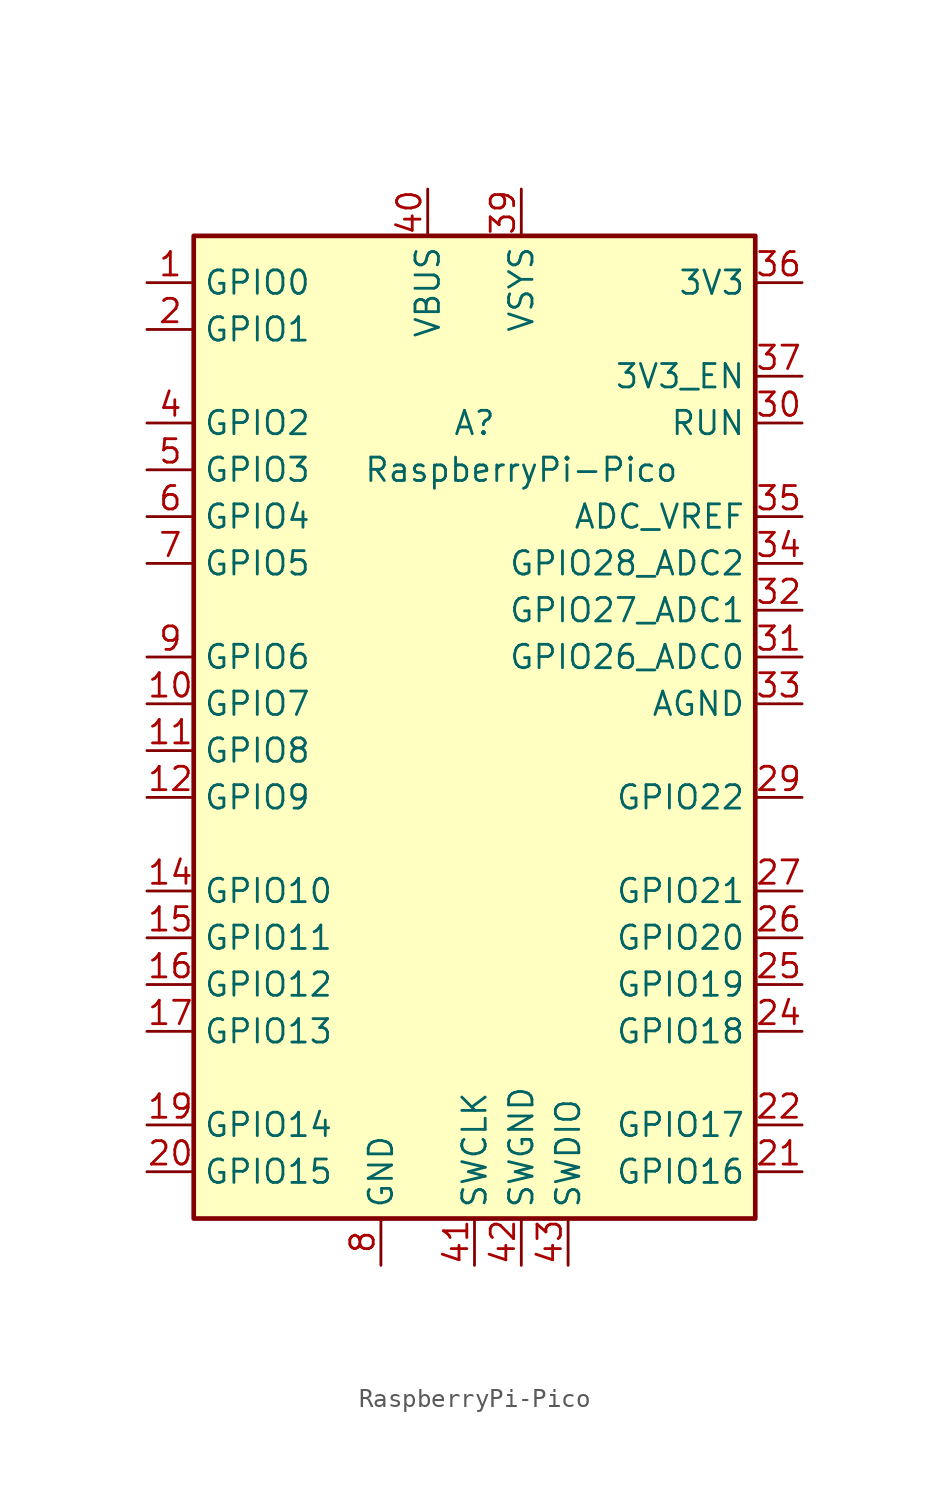
<source format=kicad_sym>
(kicad_symbol_lib
  (version 20211014)
  (generator kicad_symbol_editor)
  (symbol "RaspberryPi-Pico"
    (property "Reference" "A"
      (at 0 17.78 0)
      (effects (font (size 1.27 1.27))))
    (property "Value" "RaspberryPi-Pico"
      (at 2.54 15.24 0)
      (effects (font (size 1.27 1.27))))
    (symbol "RaspberryPi-Pico_0_1"
      (rectangle (start -15.24 27.94) (end 15.24 -25.4) (stroke (width 0.254) (type default) (color 0 0 0 0)) (fill (type background))))
    (symbol "RaspberryPi-Pico_1_1"
      (pin bidirectional line (at -17.78 25.4 0) (length 2.54) (name "GPIO0" (effects (font (size 1.27 1.27)))) (number "1" (effects (font (size 1.27 1.27)))) (alternate "I2C0_SDA" bidirectional line) (alternate "PWM0_A" output line) (alternate "SPI0_RX" input line) (alternate "UART0_TX" output line) (alternate "USB_OVCUR_DET" input line))
      (pin bidirectional line (at -17.78 2.54 0) (length 2.54) (name "GPIO7" (effects (font (size 1.27 1.27)))) (number "10" (effects (font (size 1.27 1.27)))) (alternate "I2C1_SCL" bidirectional line) (alternate "PWM3_B" bidirectional line) (alternate "SPI0_TX" output line) (alternate "USB_VBUS_DET" input line) (alternate "~{UART1_RTS}" output line))
      (pin bidirectional line (at -17.78 0 0) (length 2.54) (name "GPIO8" (effects (font (size 1.27 1.27)))) (number "11" (effects (font (size 1.27 1.27)))) (alternate "I2C0_SDA" bidirectional line) (alternate "PWM4_A" output line) (alternate "SPI1_RX" input line) (alternate "UART1_TX" output line) (alternate "USB_VBUS_EN" output line))
      (pin bidirectional line (at -17.78 -2.54 0) (length 2.54) (name "GPIO9" (effects (font (size 1.27 1.27)))) (number "12" (effects (font (size 1.27 1.27)))) (alternate "I2C0_SCL" bidirectional line) (alternate "PWM4_B" bidirectional line) (alternate "UART1_RX" input line) (alternate "USB_OVCUR_DET" input line) (alternate "~{SPI1_CS}" output line))
      (pin passive line (at -5.08 -27.94 90) (length 2.54) hide (name "GND" (effects (font (size 1.27 1.27)))) (number "13" (effects (font (size 1.27 1.27)))))
      (pin bidirectional line (at -17.78 -7.62 0) (length 2.54) (name "GPIO10" (effects (font (size 1.27 1.27)))) (number "14" (effects (font (size 1.27 1.27)))) (alternate "I2C1_SDA" bidirectional line) (alternate "PWM5_A" output line) (alternate "SPI1_SCK" bidirectional line) (alternate "USB_VBUS_DET" input line) (alternate "~{UART1_CTS}" input line))
      (pin bidirectional line (at -17.78 -10.16 0) (length 2.54) (name "GPIO11" (effects (font (size 1.27 1.27)))) (number "15" (effects (font (size 1.27 1.27)))) (alternate "I2C1_SCL" bidirectional line) (alternate "PWM5_B" bidirectional line) (alternate "SPI1_TX" output line) (alternate "USB_VBUS_EN" output line) (alternate "~{UART1_RTS}" output line))
      (pin bidirectional line (at -17.78 -12.7 0) (length 2.54) (name "GPIO12" (effects (font (size 1.27 1.27)))) (number "16" (effects (font (size 1.27 1.27)))) (alternate "I2C0_SDA" bidirectional line) (alternate "PWM6_A" output line) (alternate "SPI1_RX" input line) (alternate "UART0_TX" output line) (alternate "USB_OVCUR_DET" input line))
      (pin bidirectional line (at -17.78 -15.24 0) (length 2.54) (name "GPIO13" (effects (font (size 1.27 1.27)))) (number "17" (effects (font (size 1.27 1.27)))) (alternate "I2C0_SCL" bidirectional line) (alternate "PWM6_B" bidirectional line) (alternate "UART0_RX" input line) (alternate "USB_VBUS_DET" input line) (alternate "~{SPI1_CS}" output line))
      (pin passive line (at -5.08 -27.94 90) (length 2.54) hide (name "GND" (effects (font (size 1.27 1.27)))) (number "18" (effects (font (size 1.27 1.27)))))
      (pin bidirectional line (at -17.78 -20.32 0) (length 2.54) (name "GPIO14" (effects (font (size 1.27 1.27)))) (number "19" (effects (font (size 1.27 1.27)))) (alternate "I2C1_SDA" bidirectional line) (alternate "PWM7_A" output line) (alternate "SPI1_SCK" bidirectional line) (alternate "USB_VBUS_EN" output line) (alternate "~{UART0_CTS}" input line))
      (pin bidirectional line (at -17.78 22.86 0) (length 2.54) (name "GPIO1" (effects (font (size 1.27 1.27)))) (number "2" (effects (font (size 1.27 1.27)))) (alternate "I2C0_SCL" bidirectional line) (alternate "PWM0_B" bidirectional line) (alternate "UART0_RX" input line) (alternate "USB_VBUS_DET" input line) (alternate "~{SPI0_CS}" output line))
      (pin bidirectional line (at -17.78 -22.86 0) (length 2.54) (name "GPIO15" (effects (font (size 1.27 1.27)))) (number "20" (effects (font (size 1.27 1.27)))) (alternate "I2C1_SCL" bidirectional line) (alternate "PWM7_B" bidirectional line) (alternate "SPI1_TX" output line) (alternate "USB_OVCUR_DET" input line) (alternate "~{UART0_RTS}" output line))
      (pin bidirectional line (at 17.78 -22.86 180) (length 2.54) (name "GPIO16" (effects (font (size 1.27 1.27)))) (number "21" (effects (font (size 1.27 1.27)))) (alternate "I2C0_SDA" bidirectional line) (alternate "PWM0_A" output line) (alternate "SPI0_RX" input line) (alternate "UART0_TX" output line) (alternate "USB_VBUS_DET" input line))
      (pin bidirectional line (at 17.78 -20.32 180) (length 2.54) (name "GPIO17" (effects (font (size 1.27 1.27)))) (number "22" (effects (font (size 1.27 1.27)))) (alternate "I2C0_SCL" bidirectional line) (alternate "PWM0_B" bidirectional line) (alternate "UART0_RX" input line) (alternate "USB_VBUS_EN" output line) (alternate "~{SPI0_CS}" output line))
      (pin passive line (at -5.08 -27.94 90) (length 2.54) hide (name "GND" (effects (font (size 1.27 1.27)))) (number "23" (effects (font (size 1.27 1.27)))))
      (pin bidirectional line (at 17.78 -15.24 180) (length 2.54) (name "GPIO18" (effects (font (size 1.27 1.27)))) (number "24" (effects (font (size 1.27 1.27)))) (alternate "I2C1_SDA" bidirectional line) (alternate "PWM1_A" output line) (alternate "SPI0_SCK" bidirectional line) (alternate "USB_OVCUR_DET" input line) (alternate "~{UART0_CTS}" input line))
      (pin bidirectional line (at 17.78 -12.7 180) (length 2.54) (name "GPIO19" (effects (font (size 1.27 1.27)))) (number "25" (effects (font (size 1.27 1.27)))) (alternate "I2C1_SCL" bidirectional line) (alternate "PWM1_B" bidirectional line) (alternate "SPI0_TX" output line) (alternate "USB_VBUS_DET" input line) (alternate "~{UART0_RTS}" output line))
      (pin bidirectional line (at 17.78 -10.16 180) (length 2.54) (name "GPIO20" (effects (font (size 1.27 1.27)))) (number "26" (effects (font (size 1.27 1.27)))) (alternate "CLOCK_GPIN0" input line) (alternate "I2C0_SDA" bidirectional line) (alternate "PWM2_A" output line) (alternate "SPI0_RX" input line) (alternate "UART1_TX" output line) (alternate "USB_VBUS_EN" output line))
      (pin bidirectional line (at 17.78 -7.62 180) (length 2.54) (name "GPIO21" (effects (font (size 1.27 1.27)))) (number "27" (effects (font (size 1.27 1.27)))) (alternate "CLOCK_GPOUT0" output line) (alternate "I2C0_SCL" bidirectional line) (alternate "PWM2_B" bidirectional line) (alternate "UART1_RX" input line) (alternate "USB_OVCUR_DET" input line) (alternate "~{SPI0_CS}" output line))
      (pin passive line (at -5.08 -27.94 90) (length 2.54) hide (name "GND" (effects (font (size 1.27 1.27)))) (number "28" (effects (font (size 1.27 1.27)))))
      (pin bidirectional line (at 17.78 -2.54 180) (length 2.54) (name "GPIO22" (effects (font (size 1.27 1.27)))) (number "29" (effects (font (size 1.27 1.27)))) (alternate "CLOCK_GPIN1" input line) (alternate "I2C1_SDA" bidirectional line) (alternate "PWM3_A" output line) (alternate "SPI0_SCK" bidirectional line) (alternate "USB_VBUS_DET" input line) (alternate "~{UART1_CTS}" input line))
      (pin passive line (at -5.08 -27.94 90) (length 2.54) hide (name "GND" (effects (font (size 1.27 1.27)))) (number "3" (effects (font (size 1.27 1.27)))))
      (pin input line (at 17.78 17.78 180) (length 2.54) (name "RUN" (effects (font (size 1.27 1.27)))) (number "30" (effects (font (size 1.27 1.27)))) (alternate "~{RESET}" input line))
      (pin bidirectional line (at 17.78 5.08 180) (length 2.54) (name "GPIO26_ADC0" (effects (font (size 1.27 1.27)))) (number "31" (effects (font (size 1.27 1.27)))) (alternate "ADC0" input line) (alternate "GPIO26" bidirectional line) (alternate "I2C1_SDA" bidirectional line) (alternate "PWM5_A" output line) (alternate "SPI1_SCK" bidirectional line) (alternate "USB_VBUS_EN" output line) (alternate "~{UART1_CTS}" input line))
      (pin bidirectional line (at 17.78 7.62 180) (length 2.54) (name "GPIO27_ADC1" (effects (font (size 1.27 1.27)))) (number "32" (effects (font (size 1.27 1.27)))) (alternate "ADC1" input line) (alternate "GPIO27" bidirectional line) (alternate "I2C1_SCL" bidirectional line) (alternate "PWM5_B" bidirectional line) (alternate "SPI1_TX" output line) (alternate "USB_OVCUR_DET" input line) (alternate "~{UART1_RTS}" output line))
      (pin power_in line (at 17.78 2.54 180) (length 2.54) (name "AGND" (effects (font (size 1.27 1.27)))) (number "33" (effects (font (size 1.27 1.27)))) (alternate "GND" power_in line))
      (pin bidirectional line (at 17.78 10.16 180) (length 2.54) (name "GPIO28_ADC2" (effects (font (size 1.27 1.27)))) (number "34" (effects (font (size 1.27 1.27)))) (alternate "ADC2" input line) (alternate "GPIO28" bidirectional line) (alternate "I2C0_SDA" bidirectional line) (alternate "PWM6_A" output line) (alternate "SPI1_RX" input line) (alternate "UART0_TX" output line) (alternate "USB_VBUS_DET" input line))
      (pin power_in line (at 17.78 12.7 180) (length 2.54) (name "ADC_VREF" (effects (font (size 1.27 1.27)))) (number "35" (effects (font (size 1.27 1.27)))))
      (pin power_out line (at 17.78 25.4 180) (length 2.54) (name "3V3" (effects (font (size 1.27 1.27)))) (number "36" (effects (font (size 1.27 1.27)))))
      (pin input line (at 17.78 20.32 180) (length 2.54) (name "3V3_EN" (effects (font (size 1.27 1.27)))) (number "37" (effects (font (size 1.27 1.27)))))
      (pin passive line (at -5.08 -27.94 90) (length 2.54) hide (name "GND" (effects (font (size 1.27 1.27)))) (number "38" (effects (font (size 1.27 1.27)))))
      (pin power_in line (at 2.54 30.48 270) (length 2.54) (name "VSYS" (effects (font (size 1.27 1.27)))) (number "39" (effects (font (size 1.27 1.27)))) (alternate "VSYS" power_in line))
      (pin bidirectional line (at -17.78 17.78 0) (length 2.54) (name "GPIO2" (effects (font (size 1.27 1.27)))) (number "4" (effects (font (size 1.27 1.27)))) (alternate "I2C1_SDA" bidirectional line) (alternate "PWM1_A" output line) (alternate "SPI0_SCK" bidirectional line) (alternate "USB_VBUS_EN" output line) (alternate "~{UART0_CTS}" input line))
      (pin power_out line (at -2.54 30.48 270) (length 2.54) (name "VBUS" (effects (font (size 1.27 1.27)))) (number "40" (effects (font (size 1.27 1.27)))) (alternate "VBUS" power_in line))
      (pin input line (at 0 -27.94 90) (length 2.54) (name "SWCLK" (effects (font (size 1.27 1.27)))) (number "41" (effects (font (size 1.27 1.27)))))
      (pin power_in line (at 2.54 -27.94 90) (length 2.54) (name "SWGND" (effects (font (size 1.27 1.27)))) (number "42" (effects (font (size 1.27 1.27)))) (alternate "GND" power_in line))
      (pin bidirectional line (at 5.08 -27.94 90) (length 2.54) (name "SWDIO" (effects (font (size 1.27 1.27)))) (number "43" (effects (font (size 1.27 1.27)))))
      (pin bidirectional line (at -17.78 15.24 0) (length 2.54) (name "GPIO3" (effects (font (size 1.27 1.27)))) (number "5" (effects (font (size 1.27 1.27)))) (alternate "I2C1_SCL" bidirectional line) (alternate "PWM1_B" bidirectional line) (alternate "SPI0_TX" output line) (alternate "USB_OVCUR_DET" input line) (alternate "~{UART0_RTS}" output line))
      (pin bidirectional line (at -17.78 12.7 0) (length 2.54) (name "GPIO4" (effects (font (size 1.27 1.27)))) (number "6" (effects (font (size 1.27 1.27)))) (alternate "I2C0_SDA" bidirectional line) (alternate "PWM2_A" output line) (alternate "SPI0_RX" input line) (alternate "UART1_TX" output line) (alternate "USB_VBUS_DET" input line))
      (pin bidirectional line (at -17.78 10.16 0) (length 2.54) (name "GPIO5" (effects (font (size 1.27 1.27)))) (number "7" (effects (font (size 1.27 1.27)))) (alternate "I2C0_SCL" bidirectional line) (alternate "PWM2_B" bidirectional line) (alternate "UART1_RX" input line) (alternate "USB_VBUS_EN" output line) (alternate "~{SPI0_CS}" output line))
      (pin power_in line (at -5.08 -27.94 90) (length 2.54) (name "GND" (effects (font (size 1.27 1.27)))) (number "8" (effects (font (size 1.27 1.27)))))
      (pin bidirectional line (at -17.78 5.08 0) (length 2.54) (name "GPIO6" (effects (font (size 1.27 1.27)))) (number "9" (effects (font (size 1.27 1.27)))) (alternate "I2C1_SDA" bidirectional line) (alternate "PWM3_A" output line) (alternate "SPI0_SCK" bidirectional line) (alternate "USB_OVCUR_DET" input line) (alternate "~{UART1_CTS}" input line)))))
</source>
